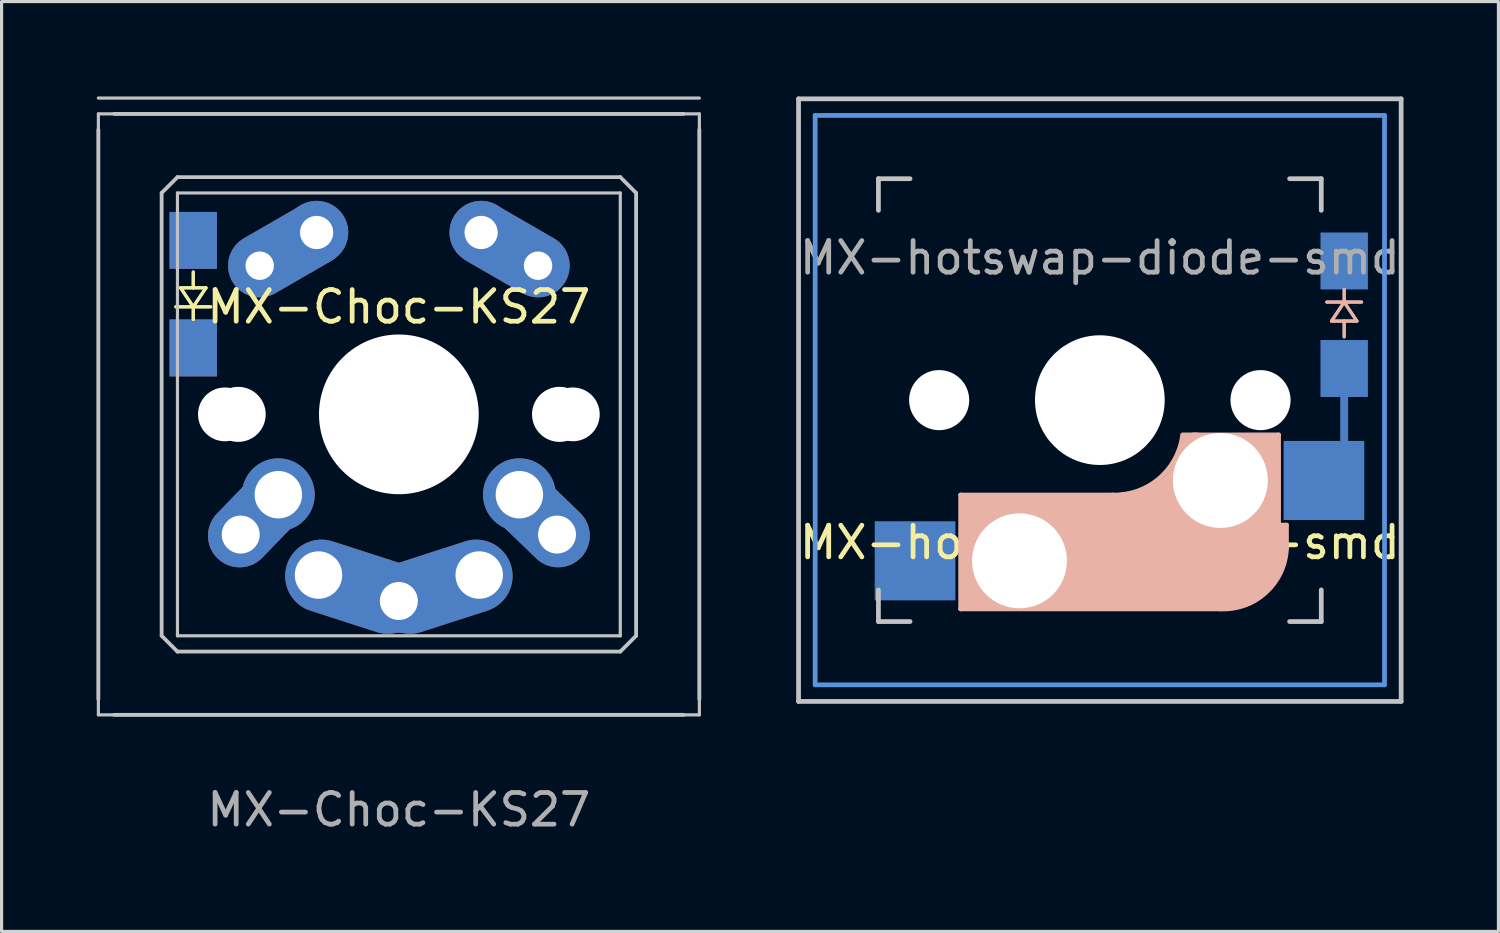
<source format=kicad_pcb>
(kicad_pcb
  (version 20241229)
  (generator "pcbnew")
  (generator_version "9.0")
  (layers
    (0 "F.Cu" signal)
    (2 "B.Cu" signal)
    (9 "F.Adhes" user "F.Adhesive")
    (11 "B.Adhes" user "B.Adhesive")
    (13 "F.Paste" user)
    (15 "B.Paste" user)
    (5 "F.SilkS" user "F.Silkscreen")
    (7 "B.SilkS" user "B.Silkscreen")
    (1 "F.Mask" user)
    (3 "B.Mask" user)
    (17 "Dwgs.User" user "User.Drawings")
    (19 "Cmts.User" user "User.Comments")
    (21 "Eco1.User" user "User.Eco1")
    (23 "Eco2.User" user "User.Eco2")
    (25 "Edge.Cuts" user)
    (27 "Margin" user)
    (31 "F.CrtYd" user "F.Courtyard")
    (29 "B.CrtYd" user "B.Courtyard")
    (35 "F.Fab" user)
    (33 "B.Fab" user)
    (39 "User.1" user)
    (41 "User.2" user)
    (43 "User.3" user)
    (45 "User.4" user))
  (footprint "MX-hotswap-diode-smd"
    (layer "F.Cu")
    (at 31.721 9.6)
    (property "Reference" "MX-hotswap-diode-smd" (at 0 4.5 0) (unlocked yes) (layer "F.SilkS") (effects (font (size 1 1) (thickness 0.15))))
    (attr smd)
    (fp_line (start -4.4 3) (end -4.4 6.6) (stroke (width 0.15) (type solid)) (layer "B.SilkS"))
    (fp_line (start -4.4 6.6) (end 3.8 6.6) (stroke (width 0.15) (type solid)) (layer "B.SilkS"))
    (fp_line (start -4.38 4) (end -4.38 6.25) (stroke (width 0.15) (type solid)) (layer "B.SilkS"))
    (fp_line (start -4.25 6.4) (end -3 6.4) (stroke (width 0.4) (type solid)) (layer "B.SilkS"))
    (fp_line (start -4.2 3.25) (end -2.9 3.3) (stroke (width 0.5) (type solid)) (layer "B.SilkS"))
    (fp_line (start -3.9 6) (end -3.9 3.5) (stroke (width 1) (type solid)) (layer "B.SilkS"))
    (fp_line (start -2.6 4.8) (end 4.1 4.8) (stroke (width 3.5) (type solid)) (layer "B.SilkS"))
    (fp_line (start 0.4 3) (end -4.4 3) (stroke (width 0.15) (type solid)) (layer "B.SilkS"))
    (fp_line (start 4.17 5.1) (end 4.17 2.86) (stroke (width 3) (type solid)) (layer "B.SilkS"))
    (fp_line (start 5.3 1.6) (end 5.3 3.4) (stroke (width 0.8) (type solid)) (layer "B.SilkS"))
    (fp_line (start 5.45 1.3) (end 3 1.3) (stroke (width 0.5) (type solid)) (layer "B.SilkS"))
    (fp_line (start 5.65 1.1) (end 2.62 1.1) (stroke (width 0.15) (type solid)) (layer "B.SilkS"))
    (fp_line (start 5.65 5.55) (end 5.65 1.1) (stroke (width 0.15) (type solid)) (layer "B.SilkS"))
    (fp_line (start 5.8 4.05) (end 5.8 4.7) (stroke (width 0.3) (type solid)) (layer "B.SilkS"))
    (fp_line (start 5.9 3.95) (end 5.7 3.95) (stroke (width 0.15) (type solid)) (layer "B.SilkS"))
    (fp_line (start 5.9 4.7) (end 5.9 3.95) (stroke (width 0.15) (type solid)) (layer "B.SilkS"))
    (fp_line (start 7.325 -2.5) (end 7.725 -3.1) (stroke (width 0.1) (type solid)) (layer "B.SilkS"))
    (fp_line (start 7.325 -2.5) (end 7.725 -3.1) (stroke (width 0.1) (type solid)) (layer "B.SilkS"))
    (fp_line (start 7.725 -3.5) (end 7.725 -3.1) (stroke (width 0.1) (type solid)) (layer "B.SilkS"))
    (fp_line (start 7.725 -3.5) (end 7.725 -3.1) (stroke (width 0.1) (type solid)) (layer "B.SilkS"))
    (fp_line (start 7.725 -3.1) (end 7.175 -3.1) (stroke (width 0.1) (type solid)) (layer "B.SilkS"))
    (fp_line (start 7.725 -3.1) (end 7.175 -3.1) (stroke (width 0.1) (type solid)) (layer "B.SilkS"))
    (fp_line (start 7.725 -3.1) (end 8.125 -2.5) (stroke (width 0.1) (type solid)) (layer "B.SilkS"))
    (fp_line (start 7.725 -3.1) (end 8.125 -2.5) (stroke (width 0.1) (type solid)) (layer "B.SilkS"))
    (fp_line (start 7.725 -3.1) (end 8.275 -3.1) (stroke (width 0.1) (type solid)) (layer "B.SilkS"))
    (fp_line (start 7.725 -3.1) (end 8.275 -3.1) (stroke (width 0.1) (type solid)) (layer "B.SilkS"))
    (fp_line (start 7.725 -2.5) (end 7.725 -2) (stroke (width 0.1) (type solid)) (layer "B.SilkS"))
    (fp_line (start 7.725 -2.5) (end 7.725 -2) (stroke (width 0.1) (type solid)) (layer "B.SilkS"))
    (fp_line (start 8.125 -2.5) (end 7.325 -2.5) (stroke (width 0.1) (type solid)) (layer "B.SilkS"))
    (fp_line (start 8.125 -2.5) (end 7.325 -2.5) (stroke (width 0.1) (type solid)) (layer "B.SilkS"))
    (fp_arc (start 2.616318 1.121471) (mid 1.868709 2.486118) (end 0.4 3) (stroke (width 0.15) (type solid)) (layer "B.SilkS"))
    (fp_arc (start 3.016318 1.521471) (mid 2.268709 2.886118) (end 0.8 3.4) (stroke (width 1) (type solid)) (layer "B.SilkS"))
    (fp_arc (start 5.9 4.699999) (mid 5.243504 6.084924) (end 3.800001 6.6) (stroke (width 0.15) (type solid)) (layer "B.SilkS"))
    (fp_line (start -9.525 -9.525) (end 9.525 -9.525) (stroke (width 0.15) (type solid)) (layer "Dwgs.User"))
    (fp_line (start -9.525 9.525) (end -9.525 -9.525) (stroke (width 0.15) (type solid)) (layer "Dwgs.User"))
    (fp_line (start -7 -7) (end -7 -6) (stroke (width 0.15) (type solid)) (layer "Dwgs.User"))
    (fp_line (start -7 7) (end -7 6) (stroke (width 0.15) (type solid)) (layer "Dwgs.User"))
    (fp_line (start -7 7) (end -6 7) (stroke (width 0.15) (type solid)) (layer "Dwgs.User"))
    (fp_line (start -6 -7) (end -7 -7) (stroke (width 0.15) (type solid)) (layer "Dwgs.User"))
    (fp_line (start 7 -7) (end 6 -7) (stroke (width 0.15) (type solid)) (layer "Dwgs.User"))
    (fp_line (start 7 -6) (end 7 -7) (stroke (width 0.15) (type solid)) (layer "Dwgs.User"))
    (fp_line (start 7 6) (end 7 7) (stroke (width 0.15) (type solid)) (layer "Dwgs.User"))
    (fp_line (start 7 7) (end 6 7) (stroke (width 0.15) (type solid)) (layer "Dwgs.User"))
    (fp_line (start 9.525 -9.525) (end 9.525 9.525) (stroke (width 0.15) (type solid)) (layer "Dwgs.User"))
    (fp_line (start 9.525 9.525) (end -9.525 9.525) (stroke (width 0.15) (type solid)) (layer "Dwgs.User"))
    (fp_line (start -9 -9) (end 9 -9) (stroke (width 0.15) (type solid)) (layer "Cmts.User"))
    (fp_line (start -9 9) (end -9 -9) (stroke (width 0.15) (type solid)) (layer "Cmts.User"))
    (fp_line (start 9 -9) (end 9 9) (stroke (width 0.15) (type solid)) (layer "Cmts.User"))
    (fp_line (start 9 9) (end -9 9) (stroke (width 0.15) (type solid)) (layer "Cmts.User"))
    (fp_text user "${REFERENCE}" (at 0 -4.5 0) (unlocked yes) (layer "F.Fab") (effects (font (size 1 1) (thickness 0.15))))
    (pad "" np_thru_hole circle (at -5.08 0 180) (size 1.9 1.9) (drill 1.9) (layers "*.Cu" "*.Mask"))
    (pad "" np_thru_hole circle (at -2.54 5.08 180) (size 3 3) (drill 3) (layers "*.Cu" "*.Mask"))
    (pad "" np_thru_hole circle (at 0 0 270) (size 4.1 4.1) (drill 4.1) (layers "*.Cu" "*.Mask"))
    (pad "" np_thru_hole circle (at 3.81 2.54 180) (size 3 3) (drill 3) (layers "*.Cu" "*.Mask"))
    (pad "" np_thru_hole circle (at 5.08 0 180) (size 1.9 1.9) (drill 1.9) (layers "*.Cu" "*.Mask"))
    (pad "1" smd rect (at -5.842 5.08) (size 2.55 2.5) (layers "B.Cu" "B.Mask" "B.Paste"))
    (pad "2" smd rect (at 7.725 -4.4 270) (size 1.8 1.5) (layers "B.Cu" "B.Mask" "B.Paste"))
    (pad "3" smd rect (at 7.085 2.54) (size 2.55 2.5) (layers "B.Cu" "B.Mask" "B.Paste"))
    (pad "3" smd rect (at 7.725 -1 270) (size 1.8 1.5) (layers "B.Cu" "B.Mask" "B.Paste"))
    (pad "3" smd rect (at 7.725 0.6 180) (size 0.25 1.8) (layers "B.Cu")))
  (footprint "MX-Choc-KS27"
    (layer "F.Cu")
    (at 9.56 10.05)
    (property "Reference" "MX-Choc-KS27" (at 0 -3.4 0) (unlocked yes) (layer "F.SilkS") (effects (font (size 1 1) (thickness 0.15))))
    (attr smd)
    (fp_line (start -6.9 -4) (end -6.5 -3.4) (stroke (width 0.1) (type solid)) (layer "F.SilkS"))
    (fp_line (start -6.9 -4) (end -6.5 -3.4) (stroke (width 0.1) (type solid)) (layer "F.SilkS"))
    (fp_line (start -6.5 -4) (end -6.5 -4.5) (stroke (width 0.1) (type solid)) (layer "F.SilkS"))
    (fp_line (start -6.5 -4) (end -6.5 -4.5) (stroke (width 0.1) (type solid)) (layer "F.SilkS"))
    (fp_line (start -6.5 -3.4) (end -7.05 -3.4) (stroke (width 0.1) (type solid)) (layer "F.SilkS"))
    (fp_line (start -6.5 -3.4) (end -7.05 -3.4) (stroke (width 0.1) (type solid)) (layer "F.SilkS"))
    (fp_line (start -6.5 -3.4) (end -6.1 -4) (stroke (width 0.1) (type solid)) (layer "F.SilkS"))
    (fp_line (start -6.5 -3.4) (end -6.1 -4) (stroke (width 0.1) (type solid)) (layer "F.SilkS"))
    (fp_line (start -6.5 -3.4) (end -5.95 -3.4) (stroke (width 0.1) (type solid)) (layer "F.SilkS"))
    (fp_line (start -6.5 -3.4) (end -5.95 -3.4) (stroke (width 0.1) (type solid)) (layer "F.SilkS"))
    (fp_line (start -6.5 -3) (end -6.5 -3.4) (stroke (width 0.1) (type solid)) (layer "F.SilkS"))
    (fp_line (start -6.5 -3) (end -6.5 -3.4) (stroke (width 0.1) (type solid)) (layer "F.SilkS"))
    (fp_line (start -6.1 -4) (end -6.9 -4) (stroke (width 0.1) (type solid)) (layer "F.SilkS"))
    (fp_line (start -6.1 -4) (end -6.9 -4) (stroke (width 0.1) (type solid)) (layer "F.SilkS"))
    (fp_line (start -9.5 -10) (end 9.5 -10) (stroke (width 0.1) (type solid)) (layer "Dwgs.User"))
    (fp_line (start -9.5 -9.5) (end 9.5 -9.5) (stroke (width 0.1) (type solid)) (layer "Dwgs.User"))
    (fp_line (start -9.5 9) (end -9.5 -9) (stroke (width 0.12) (type solid)) (layer "Dwgs.User"))
    (fp_line (start -9.5 9.5) (end -9.5 -9.5) (stroke (width 0.1) (type solid)) (layer "Dwgs.User"))
    (fp_line (start -9 -9.5) (end 9 -9.5) (stroke (width 0.12) (type solid)) (layer "Dwgs.User"))
    (fp_line (start -7.5 -7) (end -7 -7.5) (stroke (width 0.12) (type solid)) (layer "Dwgs.User"))
    (fp_line (start -7.5 7) (end -7.5 -7) (stroke (width 0.12) (type solid)) (layer "Dwgs.User"))
    (fp_line (start -7 -7.5) (end 7 -7.5) (stroke (width 0.12) (type solid)) (layer "Dwgs.User"))
    (fp_line (start -7 -7) (end 7 -7) (stroke (width 0.1) (type solid)) (layer "Dwgs.User"))
    (fp_line (start -7 7) (end -7 -7) (stroke (width 0.1) (type solid)) (layer "Dwgs.User"))
    (fp_line (start -7 7.5) (end -7.5 7) (stroke (width 0.12) (type solid)) (layer "Dwgs.User"))
    (fp_line (start 7 -7.5) (end 7.5 -7) (stroke (width 0.12) (type solid)) (layer "Dwgs.User"))
    (fp_line (start 7 -7) (end 7 7) (stroke (width 0.1) (type solid)) (layer "Dwgs.User"))
    (fp_line (start 7 7) (end -7 7) (stroke (width 0.1) (type solid)) (layer "Dwgs.User"))
    (fp_line (start 7 7.5) (end -7 7.5) (stroke (width 0.12) (type solid)) (layer "Dwgs.User"))
    (fp_line (start 7.5 -7) (end 7.5 7) (stroke (width 0.12) (type solid)) (layer "Dwgs.User"))
    (fp_line (start 7.5 7) (end 7 7.5) (stroke (width 0.12) (type solid)) (layer "Dwgs.User"))
    (fp_line (start 9 9.5) (end -9 9.5) (stroke (width 0.12) (type solid)) (layer "Dwgs.User"))
    (fp_line (start 9.5 -9.5) (end 9.5 9.5) (stroke (width 0.1) (type solid)) (layer "Dwgs.User"))
    (fp_line (start 9.5 -9) (end 9.5 9) (stroke (width 0.12) (type solid)) (layer "Dwgs.User"))
    (fp_line (start 9.5 9.5) (end -9.5 9.5) (stroke (width 0.1) (type solid)) (layer "Dwgs.User"))
    (fp_text user "${REFERENCE}" (at 0 12.5 0) (unlocked yes) (layer "F.Fab") (effects (font (size 1 1) (thickness 0.15))))
    (pad "" np_thru_hole circle (at -5.5 0 48.1) (size 1.7 1.7) (drill 1.7) (layers "*.Cu" "*.Mask"))
    (pad "" np_thru_hole circle (at -5.08 0 228.099) (size 1.74 1.74) (drill 1.74) (layers "*.Cu" "*.Mask"))
    (pad "" np_thru_hole circle (at 0 0) (size 5.05 5.05) (drill 5.05) (layers "*.Cu" "*.Mask"))
    (pad "" np_thru_hole circle (at 5.08 0 311.901) (size 1.74 1.74) (drill 1.74) (layers "*.Cu" "*.Mask"))
    (pad "" np_thru_hole circle (at 5.5 0 311.9) (size 1.7 1.7) (drill 1.7) (layers "*.Cu" "*.Mask"))
    (pad "1" thru_hole oval (at -5 3.8 46) (size 3.5 2) (drill 1.2 (offset 0.7 0)) (layers "*.Cu" "*.Mask"))
    (pad "1" thru_hole circle (at -3.81 2.54) (size 2.3 2.3) (drill 1.5) (layers "*.Cu" "*.Mask"))
    (pad "1" thru_hole circle (at 2.6 -5.75 180) (size 2 2) (drill 1.05) (layers "*.Cu" "*.Mask"))
    (pad "1" thru_hole circle (at 3.81 2.54) (size 2.3 2.3) (drill 1.5) (layers "*.Cu" "*.Mask"))
    (pad "1" thru_hole oval (at 4.4 -4.7 150) (size 4 2) (drill 0.9 (offset 1 0)) (layers "*.Cu" "*.Mask"))
    (pad "1" thru_hole oval (at 5 3.8 136) (size 3.5 2) (drill 1.2 (offset 0.7 0)) (layers "*.Cu" "*.Mask"))
    (pad "2" smd rect (at -6.5 -2.1 270) (size 1.8 1.5) (layers "F.Cu" "F.Mask" "F.Paste"))
    (pad "2" smd rect (at -6.5 -2.1 270) (size 1.8 1.5) (layers "B.Cu" "B.Mask" "B.Paste"))
    (pad "3" smd rect (at -6.5 -5.5 270) (size 1.8 1.5) (layers "F.Cu" "F.Mask" "F.Paste"))
    (pad "3" smd rect (at -6.5 -5.5 270) (size 1.8 1.5) (layers "B.Cu" "B.Mask" "B.Paste"))
    (pad "3" thru_hole oval (at -4.4 -4.7 30) (size 4 2) (drill 0.9 (offset 1 0)) (layers "*.Cu" "*.Mask"))
    (pad "3" thru_hole circle (at -2.6 -5.75 180) (size 2 2) (drill 1.05) (layers "*.Cu" "*.Mask"))
    (pad "3" thru_hole oval (at -2.54 5.08 342.1) (size 4.5 2.3) (drill 1.5 (offset 1.2 0)) (layers "*.Cu" "*.Mask"))
    (pad "3" thru_hole circle (at 0 5.9) (size 2 2) (drill 1.2) (layers "*.Cu" "*.Mask"))
    (pad "3" thru_hole oval (at 2.54 5.08 197.9) (size 4.5 2.3) (drill 1.5 (offset 1.2 0)) (layers "*.Cu" "*.Mask")))
  (gr_rect
    (start -3 -3)
    (end 44.322 26.398)
    (stroke (width 0.1) (type default))
    (fill no)
    (layer "Edge.Cuts")))
</source>
